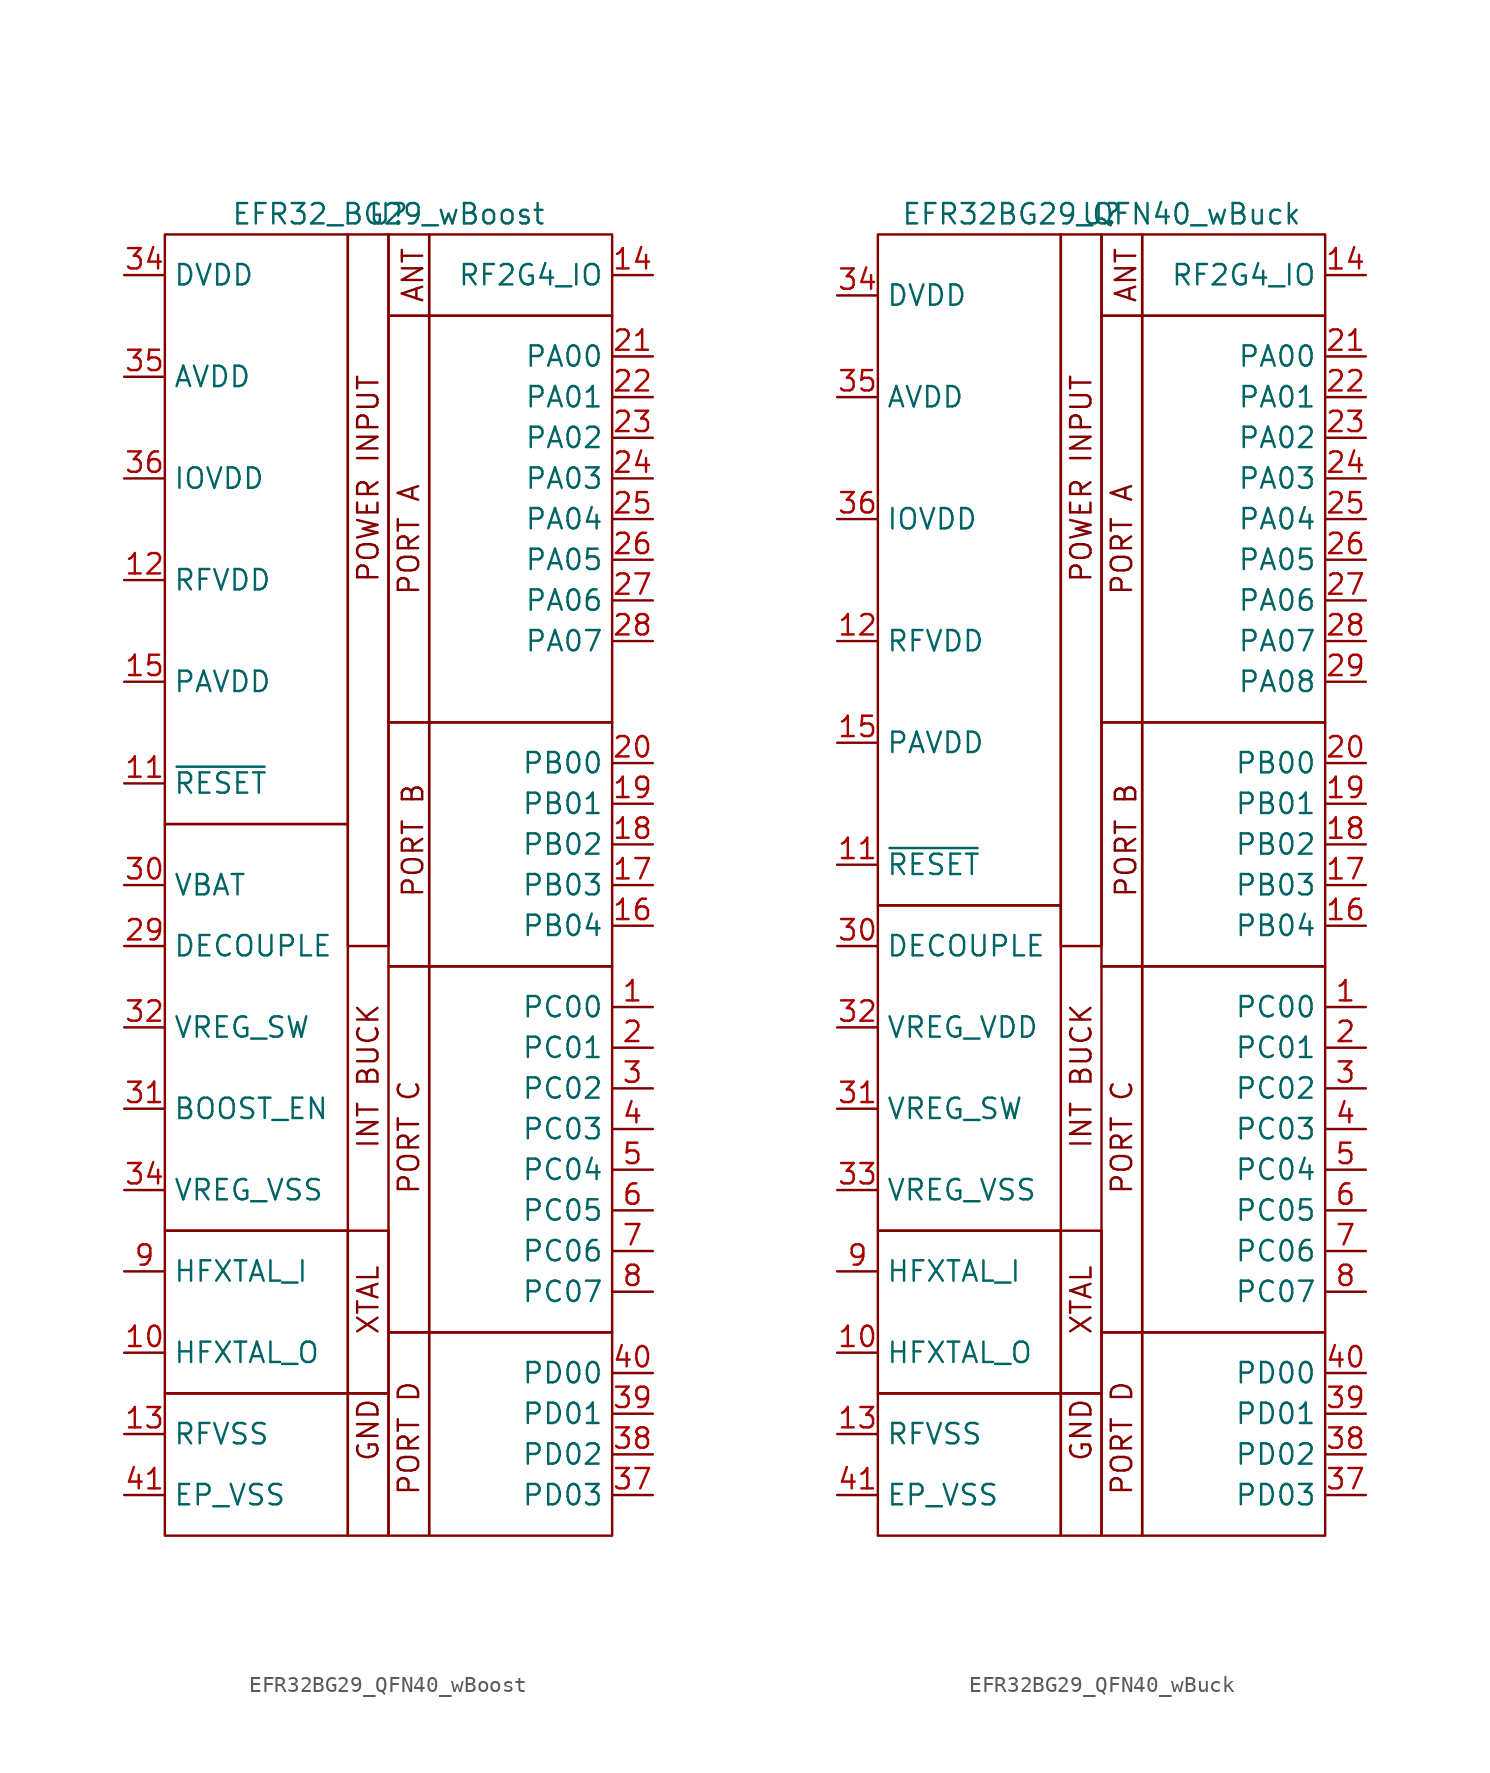
<source format=kicad_sym>
(kicad_symbol_lib
  (version 20241209)
  (generator "kicad_symbol_editor")
  (generator_version "9.0")
  (symbol "EFR32BG29_QFN40_wBoost"
    (property "Reference" "U"
      (at 0 0 0)
      (effects (font (size 1.27 1.27))))
    (property "Value" "EFR32_BG29_wBoost"
      (at 0 0 0)
      (effects (font (size 1.27 1.27))))
    (symbol "EFR32BG29_QFN40_wBoost_0_1"
      (rectangle (start -13.97 -1.27) (end -2.54 -38.1) (stroke (width 0) (type default)) (fill (type none)))
      (rectangle (start -13.97 -38.1) (end -2.54 -63.5) (stroke (width 0) (type default)) (fill (type none)))
      (rectangle (start -13.97 -63.5) (end -2.54 -73.66) (stroke (width 0) (type default)) (fill (type none)))
      (rectangle (start -13.97 -73.66) (end -2.54 -82.55) (stroke (width 0) (type default)) (fill (type none)))
      (rectangle (start -2.54 -1.27) (end 0 -45.72) (stroke (width 0) (type default)) (fill (type none)))
      (rectangle (start -2.54 -63.5) (end 0 -73.66) (stroke (width 0) (type default)) (fill (type none)))
      (rectangle (start -2.54 -73.66) (end 0 -82.55) (stroke (width 0) (type default)) (fill (type none)))
      (rectangle (start 0 -1.27) (end 2.54 -6.35) (stroke (width 0) (type default)) (fill (type none)))
      (rectangle (start 0 -6.35) (end 2.54 -31.75) (stroke (width 0) (type default)) (fill (type none)))
      (rectangle (start 0 -31.75) (end 2.54 -46.99) (stroke (width 0) (type default)) (fill (type none)))
      (rectangle (start 0 -46.99) (end 2.54 -69.85) (stroke (width 0) (type default)) (fill (type none)))
      (rectangle (start 0 -69.85) (end 2.54 -82.55) (stroke (width 0) (type default)) (fill (type none)))
      (rectangle (start 2.54 -1.27) (end 13.97 -6.35) (stroke (width 0) (type default)) (fill (type none)))
      (rectangle (start 2.54 -6.35) (end 13.97 -31.75) (stroke (width 0) (type default)) (fill (type none)))
      (rectangle (start 2.54 -31.75) (end 13.97 -46.99) (stroke (width 0) (type default)) (fill (type none)))
      (rectangle (start 2.54 -46.99) (end 13.97 -69.85) (stroke (width 0) (type default)) (fill (type none)))
      (rectangle (start 2.54 -69.85) (end 13.97 -82.55) (stroke (width 0) (type default)) (fill (type none))))
    (symbol "EFR32BG29_QFN40_wBoost_1_0"
      (pin power_in line (at -16.51 -41.91 0) (length 2.54) (name "VBAT" (effects (font (size 1.27 1.27)))) (number "30" (effects (font (size 1.27 1.27))))))
    (symbol "EFR32BG29_QFN40_wBoost_1_1"
      (text "POWER INPUT" (at -1.27 -16.51 900) (effects (font (size 1.27 1.27))))
      (text "INT BUCK" (at -1.27 -53.848 900) (effects (font (size 1.27 1.27))))
      (text "XTAL" (at -1.27 -67.818 900) (effects (font (size 1.27 1.27))))
      (text "GND" (at -1.27 -75.946 900) (effects (font (size 1.27 1.27))))
      (text "PORT A" (at 1.27 -20.32 900) (effects (font (size 1.27 1.27))))
      (text "PORT C" (at 1.27 -57.658 900) (effects (font (size 1.27 1.27))))
      (text "PORT D" (at 1.27 -76.454 900) (effects (font (size 1.27 1.27))))
      (text "ANT" (at 1.524 -3.81 900) (effects (font (size 1.27 1.27))))
      (text "PORT B" (at 1.524 -39.116 900) (effects (font (size 1.27 1.27))))
      (pin output line (at -16.51 -3.81 0) (length 2.54) (name "DVDD" (effects (font (size 1.27 1.27)))) (number "34" (effects (font (size 1.27 1.27)))))
      (pin power_in line (at -16.51 -10.16 0) (length 2.54) (name "AVDD" (effects (font (size 1.27 1.27)))) (number "35" (effects (font (size 1.27 1.27)))))
      (pin output line (at -16.51 -16.51 0) (length 2.54) (name "IOVDD" (effects (font (size 1.27 1.27)))) (number "36" (effects (font (size 1.27 1.27)))))
      (pin power_in line (at -16.51 -22.86 0) (length 2.54) (name "RFVDD" (effects (font (size 1.27 1.27)))) (number "12" (effects (font (size 1.27 1.27)))))
      (pin power_in line (at -16.51 -29.21 0) (length 2.54) (name "PAVDD" (effects (font (size 1.27 1.27)))) (number "15" (effects (font (size 1.27 1.27)))))
      (pin input line (at -16.51 -35.56 0) (length 2.54) (name "~{RESET}" (effects (font (size 1.27 1.27)))) (number "11" (effects (font (size 1.27 1.27)))))
      (pin output line (at -16.51 -45.72 0) (length 2.54) (name "DECOUPLE" (effects (font (size 1.27 1.27)))) (number "29" (effects (font (size 1.27 1.27)))))
      (pin power_in line (at -16.51 -50.8 0) (length 2.54) (name "VREG_SW" (effects (font (size 1.27 1.27)))) (number "32" (effects (font (size 1.27 1.27)))))
      (pin input line (at -16.51 -55.88 0) (length 2.54) (name "BOOST_EN" (effects (font (size 1.27 1.27)))) (number "31" (effects (font (size 1.27 1.27)))))
      (pin power_out line (at -16.51 -60.96 0) (length 2.54) (name "VREG_VSS" (effects (font (size 1.27 1.27)))) (number "34" (effects (font (size 1.27 1.27)))))
      (pin bidirectional line (at -16.51 -66.04 0) (length 2.54) (name "HFXTAL_I" (effects (font (size 1.27 1.27)))) (number "9" (effects (font (size 1.27 1.27)))))
      (pin output line (at -16.51 -71.12 0) (length 2.54) (name "HFXTAL_O" (effects (font (size 1.27 1.27)))) (number "10" (effects (font (size 1.27 1.27)))))
      (pin power_out line (at -16.51 -76.2 0) (length 2.54) (name "RFVSS" (effects (font (size 1.27 1.27)))) (number "13" (effects (font (size 1.27 1.27)))))
      (pin power_out line (at -16.51 -80.01 0) (length 2.54) (name "EP_VSS" (effects (font (size 1.27 1.27)))) (number "41" (effects (font (size 1.27 1.27)))))
      (pin bidirectional line (at 16.51 -3.81 180) (length 2.54) (name "RF2G4_IO" (effects (font (size 1.27 1.27)))) (number "14" (effects (font (size 1.27 1.27)))))
      (pin bidirectional line (at 16.51 -8.89 180) (length 2.54) (name "PA00" (effects (font (size 1.27 1.27)))) (number "21" (effects (font (size 1.27 1.27)))))
      (pin bidirectional line (at 16.51 -11.43 180) (length 2.54) (name "PA01" (effects (font (size 1.27 1.27)))) (number "22" (effects (font (size 1.27 1.27)))))
      (pin bidirectional line (at 16.51 -13.97 180) (length 2.54) (name "PA02" (effects (font (size 1.27 1.27)))) (number "23" (effects (font (size 1.27 1.27)))))
      (pin bidirectional line (at 16.51 -16.51 180) (length 2.54) (name "PA03" (effects (font (size 1.27 1.27)))) (number "24" (effects (font (size 1.27 1.27)))))
      (pin bidirectional line (at 16.51 -19.05 180) (length 2.54) (name "PA04" (effects (font (size 1.27 1.27)))) (number "25" (effects (font (size 1.27 1.27)))))
      (pin bidirectional line (at 16.51 -21.59 180) (length 2.54) (name "PA05" (effects (font (size 1.27 1.27)))) (number "26" (effects (font (size 1.27 1.27)))))
      (pin bidirectional line (at 16.51 -24.13 180) (length 2.54) (name "PA06" (effects (font (size 1.27 1.27)))) (number "27" (effects (font (size 1.27 1.27)))))
      (pin bidirectional line (at 16.51 -26.67 180) (length 2.54) (name "PA07" (effects (font (size 1.27 1.27)))) (number "28" (effects (font (size 1.27 1.27)))))
      (pin bidirectional line (at 16.51 -34.29 180) (length 2.54) (name "PB00" (effects (font (size 1.27 1.27)))) (number "20" (effects (font (size 1.27 1.27)))))
      (pin bidirectional line (at 16.51 -36.83 180) (length 2.54) (name "PB01" (effects (font (size 1.27 1.27)))) (number "19" (effects (font (size 1.27 1.27)))))
      (pin bidirectional line (at 16.51 -39.37 180) (length 2.54) (name "PB02" (effects (font (size 1.27 1.27)))) (number "18" (effects (font (size 1.27 1.27)))))
      (pin bidirectional line (at 16.51 -41.91 180) (length 2.54) (name "PB03" (effects (font (size 1.27 1.27)))) (number "17" (effects (font (size 1.27 1.27)))))
      (pin bidirectional line (at 16.51 -44.45 180) (length 2.54) (name "PB04" (effects (font (size 1.27 1.27)))) (number "16" (effects (font (size 1.27 1.27)))))
      (pin bidirectional line (at 16.51 -49.53 180) (length 2.54) (name "PC00" (effects (font (size 1.27 1.27)))) (number "1" (effects (font (size 1.27 1.27)))))
      (pin bidirectional line (at 16.51 -52.07 180) (length 2.54) (name "PC01" (effects (font (size 1.27 1.27)))) (number "2" (effects (font (size 1.27 1.27)))))
      (pin bidirectional line (at 16.51 -54.61 180) (length 2.54) (name "PC02" (effects (font (size 1.27 1.27)))) (number "3" (effects (font (size 1.27 1.27)))))
      (pin bidirectional line (at 16.51 -57.15 180) (length 2.54) (name "PC03" (effects (font (size 1.27 1.27)))) (number "4" (effects (font (size 1.27 1.27)))))
      (pin bidirectional line (at 16.51 -59.69 180) (length 2.54) (name "PC04" (effects (font (size 1.27 1.27)))) (number "5" (effects (font (size 1.27 1.27)))))
      (pin bidirectional line (at 16.51 -62.23 180) (length 2.54) (name "PC05" (effects (font (size 1.27 1.27)))) (number "6" (effects (font (size 1.27 1.27)))))
      (pin bidirectional line (at 16.51 -64.77 180) (length 2.54) (name "PC06" (effects (font (size 1.27 1.27)))) (number "7" (effects (font (size 1.27 1.27)))))
      (pin bidirectional line (at 16.51 -67.31 180) (length 2.54) (name "PC07" (effects (font (size 1.27 1.27)))) (number "8" (effects (font (size 1.27 1.27)))))
      (pin bidirectional line (at 16.51 -72.39 180) (length 2.54) (name "PD00" (effects (font (size 1.27 1.27)))) (number "40" (effects (font (size 1.27 1.27)))))
      (pin bidirectional line (at 16.51 -74.93 180) (length 2.54) (name "PD01" (effects (font (size 1.27 1.27)))) (number "39" (effects (font (size 1.27 1.27)))))
      (pin bidirectional line (at 16.51 -77.47 180) (length 2.54) (name "PD02" (effects (font (size 1.27 1.27)))) (number "38" (effects (font (size 1.27 1.27)))))
      (pin bidirectional line (at 16.51 -80.01 180) (length 2.54) (name "PD03" (effects (font (size 1.27 1.27)))) (number "37" (effects (font (size 1.27 1.27)))))))
  (symbol "EFR32BG29_QFN40_wBuck"
    (property "Reference" "U"
      (at 0 0 0)
      (effects (font (size 1.27 1.27))))
    (property "Value" "EFR32BG29_QFN40_wBuck"
      (at 0 0 0)
      (effects (font (size 1.27 1.27))))
    (symbol "EFR32BG29_QFN40_wBuck_0_1"
      (rectangle (start -13.97 -1.27) (end -2.54 -43.18) (stroke (width 0) (type default)) (fill (type none)))
      (rectangle (start -13.97 -43.18) (end -2.54 -63.5) (stroke (width 0) (type default)) (fill (type none)))
      (rectangle (start -13.97 -63.5) (end -2.54 -73.66) (stroke (width 0) (type default)) (fill (type none)))
      (rectangle (start -13.97 -73.66) (end -2.54 -82.55) (stroke (width 0) (type default)) (fill (type none)))
      (rectangle (start -2.54 -1.27) (end 0 -45.72) (stroke (width 0) (type default)) (fill (type none)))
      (rectangle (start -2.54 -63.5) (end 0 -73.66) (stroke (width 0) (type default)) (fill (type none)))
      (rectangle (start -2.54 -73.66) (end 0 -82.55) (stroke (width 0) (type default)) (fill (type none)))
      (rectangle (start 0 -1.27) (end 2.54 -6.35) (stroke (width 0) (type default)) (fill (type none)))
      (rectangle (start 0 -6.35) (end 2.54 -31.75) (stroke (width 0) (type default)) (fill (type none)))
      (rectangle (start 0 -31.75) (end 2.54 -46.99) (stroke (width 0) (type default)) (fill (type none)))
      (rectangle (start 0 -46.99) (end 2.54 -69.85) (stroke (width 0) (type default)) (fill (type none)))
      (rectangle (start 0 -69.85) (end 2.54 -82.55) (stroke (width 0) (type default)) (fill (type none)))
      (rectangle (start 2.54 -1.27) (end 13.97 -6.35) (stroke (width 0) (type default)) (fill (type none)))
      (rectangle (start 2.54 -6.35) (end 13.97 -31.75) (stroke (width 0) (type default)) (fill (type none)))
      (rectangle (start 2.54 -31.75) (end 13.97 -46.99) (stroke (width 0) (type default)) (fill (type none)))
      (rectangle (start 2.54 -46.99) (end 13.97 -69.85) (stroke (width 0) (type default)) (fill (type none)))
      (rectangle (start 2.54 -69.85) (end 13.97 -82.55) (stroke (width 0) (type default)) (fill (type none))))
    (symbol "EFR32BG29_QFN40_wBuck_1_1"
      (text "POWER INPUT" (at -1.27 -16.51 900) (effects (font (size 1.27 1.27))))
      (text "INT BUCK" (at -1.27 -53.848 900) (effects (font (size 1.27 1.27))))
      (text "XTAL" (at -1.27 -67.818 900) (effects (font (size 1.27 1.27))))
      (text "GND" (at -1.27 -75.946 900) (effects (font (size 1.27 1.27))))
      (text "PORT A" (at 1.27 -20.32 900) (effects (font (size 1.27 1.27))))
      (text "PORT C" (at 1.27 -57.658 900) (effects (font (size 1.27 1.27))))
      (text "PORT D" (at 1.27 -76.454 900) (effects (font (size 1.27 1.27))))
      (text "ANT" (at 1.524 -3.81 900) (effects (font (size 1.27 1.27))))
      (text "PORT B" (at 1.524 -39.116 900) (effects (font (size 1.27 1.27))))
      (pin output line (at -16.51 -5.08 0) (length 2.54) (name "DVDD" (effects (font (size 1.27 1.27)))) (number "34" (effects (font (size 1.27 1.27)))))
      (pin power_in line (at -16.51 -11.43 0) (length 2.54) (name "AVDD" (effects (font (size 1.27 1.27)))) (number "35" (effects (font (size 1.27 1.27)))))
      (pin output line (at -16.51 -19.05 0) (length 2.54) (name "IOVDD" (effects (font (size 1.27 1.27)))) (number "36" (effects (font (size 1.27 1.27)))))
      (pin power_in line (at -16.51 -26.67 0) (length 2.54) (name "RFVDD" (effects (font (size 1.27 1.27)))) (number "12" (effects (font (size 1.27 1.27)))))
      (pin power_out line (at -16.51 -33.02 0) (length 2.54) (name "PAVDD" (effects (font (size 1.27 1.27)))) (number "15" (effects (font (size 1.27 1.27)))))
      (pin input line (at -16.51 -40.64 0) (length 2.54) (name "~{RESET}" (effects (font (size 1.27 1.27)))) (number "11" (effects (font (size 1.27 1.27)))))
      (pin output line (at -16.51 -45.72 0) (length 2.54) (name "DECOUPLE" (effects (font (size 1.27 1.27)))) (number "30" (effects (font (size 1.27 1.27)))))
      (pin power_in line (at -16.51 -50.8 0) (length 2.54) (name "VREG_VDD" (effects (font (size 1.27 1.27)))) (number "32" (effects (font (size 1.27 1.27)))))
      (pin output line (at -16.51 -55.88 0) (length 2.54) (name "VREG_SW" (effects (font (size 1.27 1.27)))) (number "31" (effects (font (size 1.27 1.27)))))
      (pin power_out line (at -16.51 -60.96 0) (length 2.54) (name "VREG_VSS" (effects (font (size 1.27 1.27)))) (number "33" (effects (font (size 1.27 1.27)))))
      (pin bidirectional line (at -16.51 -66.04 0) (length 2.54) (name "HFXTAL_I" (effects (font (size 1.27 1.27)))) (number "9" (effects (font (size 1.27 1.27)))))
      (pin output line (at -16.51 -71.12 0) (length 2.54) (name "HFXTAL_O" (effects (font (size 1.27 1.27)))) (number "10" (effects (font (size 1.27 1.27)))))
      (pin power_out line (at -16.51 -76.2 0) (length 2.54) (name "RFVSS" (effects (font (size 1.27 1.27)))) (number "13" (effects (font (size 1.27 1.27)))))
      (pin power_out line (at -16.51 -80.01 0) (length 2.54) (name "EP_VSS" (effects (font (size 1.27 1.27)))) (number "41" (effects (font (size 1.27 1.27)))))
      (pin bidirectional line (at 16.51 -3.81 180) (length 2.54) (name "RF2G4_IO" (effects (font (size 1.27 1.27)))) (number "14" (effects (font (size 1.27 1.27)))))
      (pin bidirectional line (at 16.51 -8.89 180) (length 2.54) (name "PA00" (effects (font (size 1.27 1.27)))) (number "21" (effects (font (size 1.27 1.27)))))
      (pin bidirectional line (at 16.51 -11.43 180) (length 2.54) (name "PA01" (effects (font (size 1.27 1.27)))) (number "22" (effects (font (size 1.27 1.27)))))
      (pin bidirectional line (at 16.51 -13.97 180) (length 2.54) (name "PA02" (effects (font (size 1.27 1.27)))) (number "23" (effects (font (size 1.27 1.27)))))
      (pin bidirectional line (at 16.51 -16.51 180) (length 2.54) (name "PA03" (effects (font (size 1.27 1.27)))) (number "24" (effects (font (size 1.27 1.27)))))
      (pin bidirectional line (at 16.51 -19.05 180) (length 2.54) (name "PA04" (effects (font (size 1.27 1.27)))) (number "25" (effects (font (size 1.27 1.27)))))
      (pin bidirectional line (at 16.51 -21.59 180) (length 2.54) (name "PA05" (effects (font (size 1.27 1.27)))) (number "26" (effects (font (size 1.27 1.27)))))
      (pin bidirectional line (at 16.51 -24.13 180) (length 2.54) (name "PA06" (effects (font (size 1.27 1.27)))) (number "27" (effects (font (size 1.27 1.27)))))
      (pin bidirectional line (at 16.51 -26.67 180) (length 2.54) (name "PA07" (effects (font (size 1.27 1.27)))) (number "28" (effects (font (size 1.27 1.27)))))
      (pin bidirectional line (at 16.51 -29.21 180) (length 2.54) (name "PA08" (effects (font (size 1.27 1.27)))) (number "29" (effects (font (size 1.27 1.27)))))
      (pin bidirectional line (at 16.51 -34.29 180) (length 2.54) (name "PB00" (effects (font (size 1.27 1.27)))) (number "20" (effects (font (size 1.27 1.27)))))
      (pin bidirectional line (at 16.51 -36.83 180) (length 2.54) (name "PB01" (effects (font (size 1.27 1.27)))) (number "19" (effects (font (size 1.27 1.27)))))
      (pin bidirectional line (at 16.51 -39.37 180) (length 2.54) (name "PB02" (effects (font (size 1.27 1.27)))) (number "18" (effects (font (size 1.27 1.27)))))
      (pin bidirectional line (at 16.51 -41.91 180) (length 2.54) (name "PB03" (effects (font (size 1.27 1.27)))) (number "17" (effects (font (size 1.27 1.27)))))
      (pin bidirectional line (at 16.51 -44.45 180) (length 2.54) (name "PB04" (effects (font (size 1.27 1.27)))) (number "16" (effects (font (size 1.27 1.27)))))
      (pin bidirectional line (at 16.51 -49.53 180) (length 2.54) (name "PC00" (effects (font (size 1.27 1.27)))) (number "1" (effects (font (size 1.27 1.27)))))
      (pin bidirectional line (at 16.51 -52.07 180) (length 2.54) (name "PC01" (effects (font (size 1.27 1.27)))) (number "2" (effects (font (size 1.27 1.27)))))
      (pin bidirectional line (at 16.51 -54.61 180) (length 2.54) (name "PC02" (effects (font (size 1.27 1.27)))) (number "3" (effects (font (size 1.27 1.27)))))
      (pin bidirectional line (at 16.51 -57.15 180) (length 2.54) (name "PC03" (effects (font (size 1.27 1.27)))) (number "4" (effects (font (size 1.27 1.27)))))
      (pin bidirectional line (at 16.51 -59.69 180) (length 2.54) (name "PC04" (effects (font (size 1.27 1.27)))) (number "5" (effects (font (size 1.27 1.27)))))
      (pin bidirectional line (at 16.51 -62.23 180) (length 2.54) (name "PC05" (effects (font (size 1.27 1.27)))) (number "6" (effects (font (size 1.27 1.27)))))
      (pin bidirectional line (at 16.51 -64.77 180) (length 2.54) (name "PC06" (effects (font (size 1.27 1.27)))) (number "7" (effects (font (size 1.27 1.27)))))
      (pin bidirectional line (at 16.51 -67.31 180) (length 2.54) (name "PC07" (effects (font (size 1.27 1.27)))) (number "8" (effects (font (size 1.27 1.27)))))
      (pin bidirectional line (at 16.51 -72.39 180) (length 2.54) (name "PD00" (effects (font (size 1.27 1.27)))) (number "40" (effects (font (size 1.27 1.27)))))
      (pin bidirectional line (at 16.51 -74.93 180) (length 2.54) (name "PD01" (effects (font (size 1.27 1.27)))) (number "39" (effects (font (size 1.27 1.27)))))
      (pin bidirectional line (at 16.51 -77.47 180) (length 2.54) (name "PD02" (effects (font (size 1.27 1.27)))) (number "38" (effects (font (size 1.27 1.27)))))
      (pin bidirectional line (at 16.51 -80.01 180) (length 2.54) (name "PD03" (effects (font (size 1.27 1.27)))) (number "37" (effects (font (size 1.27 1.27))))))))
</source>
